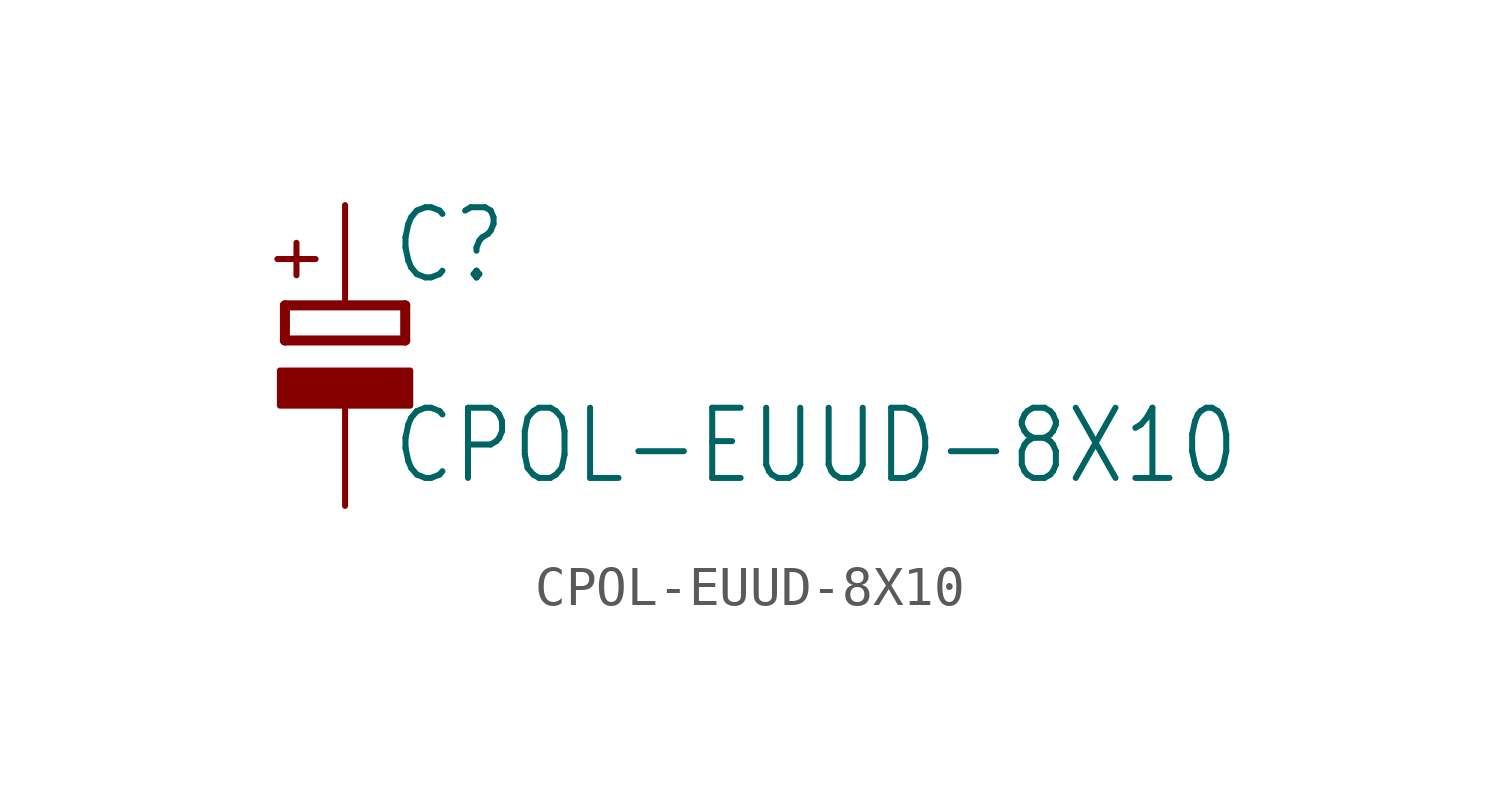
<source format=kicad_sym>
(kicad_symbol_lib
  (version 20211014)
  (generator kicad_symbol_editor)
  (symbol "CPOL-EUUD-8X10"
    (property "Reference" "C"
      (at 1.143 0.483 0)
      (effects (font (size 1.778 1.511)) (justify left bottom)))
    (property "Value" "CPOL-EUUD-8X10"
      (at 1.143 -4.597 0)
      (effects (font (size 1.778 1.511)) (justify left bottom)))
    (property "ki_locked" ""
      (at 0 0 0)
      (effects (font (size 1.27 1.27))))
    (symbol "CPOL-EUUD-8X10_1_0"
      (rectangle (start -1.651 -2.54) (end 1.651 -1.651) (stroke (width 0) (type default) (color 0 0 0 0)) (fill (type outline)))
      (polyline (pts (xy -1.524 -0.889) (xy 1.524 -0.889)) (stroke (width 0.254) (type default) (color 0 0 0 0)) (fill (type none)))
      (polyline (pts (xy -1.524 0) (xy -1.524 -0.889)) (stroke (width 0.254) (type default) (color 0 0 0 0)) (fill (type none)))
      (polyline (pts (xy -1.524 0) (xy 1.524 0)) (stroke (width 0.254) (type default) (color 0 0 0 0)) (fill (type none)))
      (polyline (pts (xy 1.524 -0.889) (xy 1.524 0)) (stroke (width 0.254) (type default) (color 0 0 0 0)) (fill (type none)))
      (text "+" (at -0.584 0.406 900) (effects (font (size 1.27 1.079)) (justify left bottom)))
      (pin passive line (at 0 2.54 270) (length 2.54) (name "+" (effects (font (size 0 0)))) (number "+" (effects (font (size 0 0)))))
      (pin passive line (at 0 -5.08 90) (length 2.54) (name "-" (effects (font (size 0 0)))) (number "-" (effects (font (size 0 0))))))))
</source>
